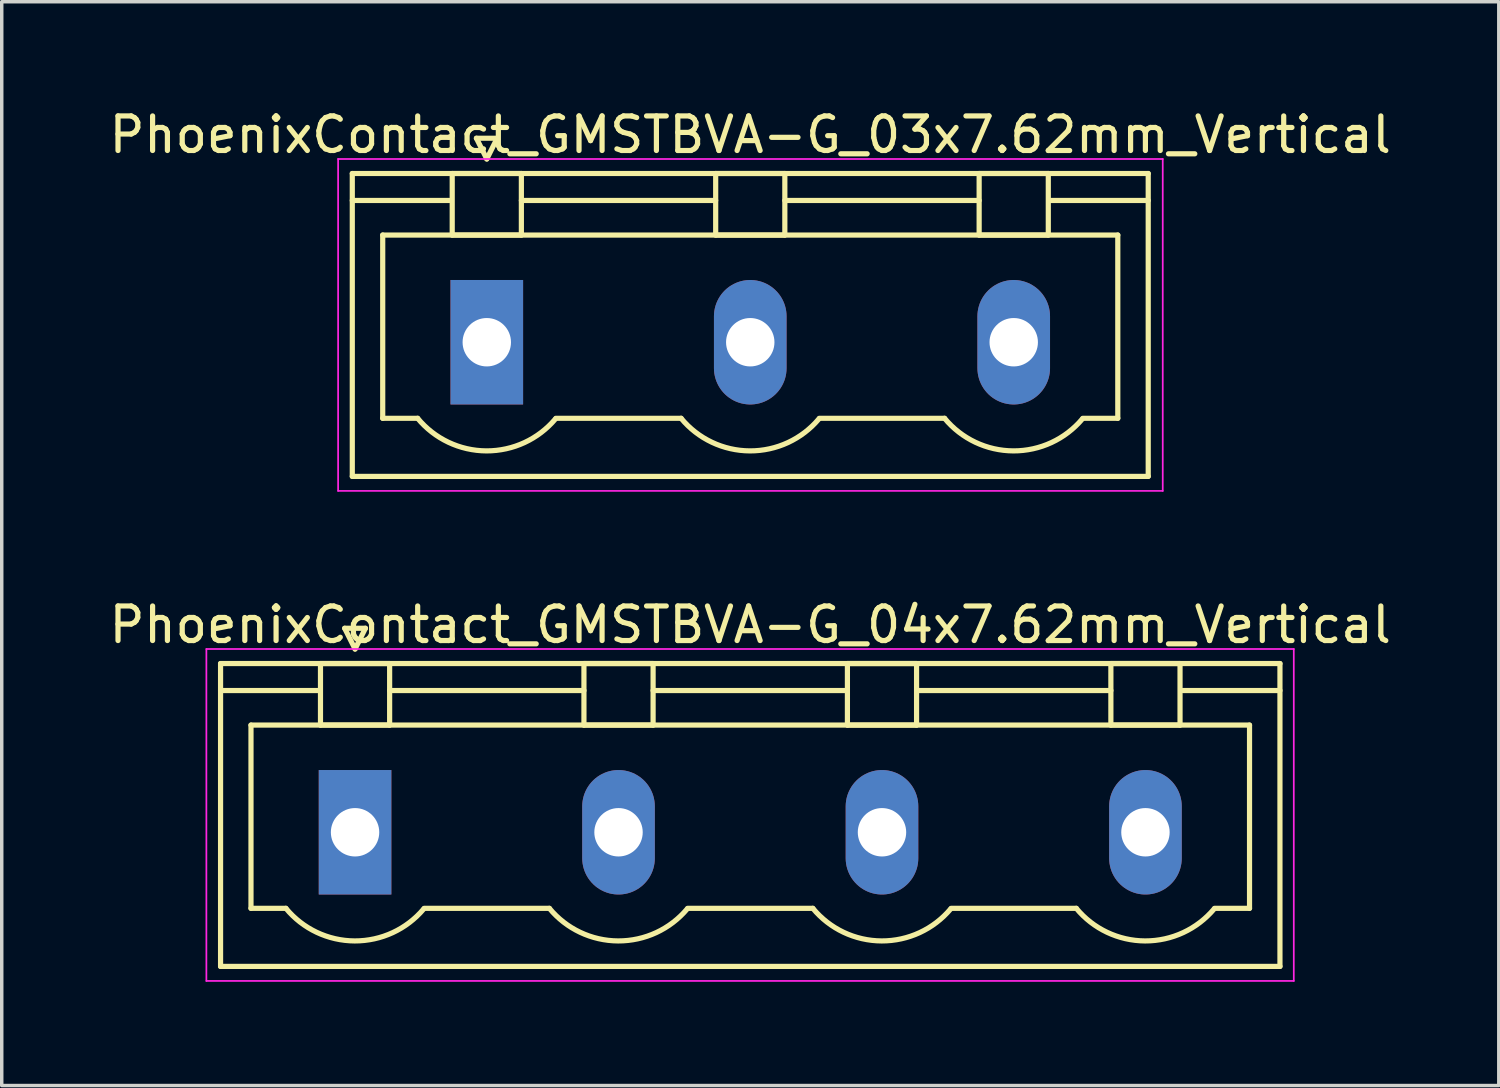
<source format=kicad_pcb>
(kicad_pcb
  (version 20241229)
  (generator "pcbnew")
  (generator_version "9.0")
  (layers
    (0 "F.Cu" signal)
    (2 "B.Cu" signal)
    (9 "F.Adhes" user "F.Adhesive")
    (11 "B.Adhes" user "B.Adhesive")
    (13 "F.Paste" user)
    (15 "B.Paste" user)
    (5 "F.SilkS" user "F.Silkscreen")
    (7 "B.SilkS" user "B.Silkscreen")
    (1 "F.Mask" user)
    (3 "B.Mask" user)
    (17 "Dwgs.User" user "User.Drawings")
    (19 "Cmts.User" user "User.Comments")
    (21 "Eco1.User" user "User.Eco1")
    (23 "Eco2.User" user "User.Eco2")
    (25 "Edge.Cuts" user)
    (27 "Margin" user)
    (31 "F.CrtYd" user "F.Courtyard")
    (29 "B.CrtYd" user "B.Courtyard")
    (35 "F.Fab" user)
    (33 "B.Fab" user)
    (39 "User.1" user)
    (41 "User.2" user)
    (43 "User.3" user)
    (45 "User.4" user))
  (footprint "PhoenixContact_GMSTBVA-G_04x7.62mm_Vertical"
    (layer "F.Cu")
    (at 7.219 21.021)
    (property "Reference" "PhoenixContact_GMSTBVA-G_04x7.62mm_Vertical" (at 11.43 -6 0) (layer "F.SilkS") (effects (font (size 1 1) (thickness 0.15))))
    (attr through_hole)
    (fp_line (start -3.89 -4.88) (end -3.89 3.88) (stroke (width 0.15) (type solid)) (layer "F.SilkS"))
    (fp_line (start -3.89 -4.1) (end -1.08 -4.1) (stroke (width 0.15) (type solid)) (layer "F.SilkS"))
    (fp_line (start -3.89 3.88) (end 26.75 3.88) (stroke (width 0.15) (type solid)) (layer "F.SilkS"))
    (fp_line (start -3.01 -3.1) (end 25.87 -3.1) (stroke (width 0.15) (type solid)) (layer "F.SilkS"))
    (fp_line (start -3.01 2.2) (end -3.01 -3.1) (stroke (width 0.15) (type solid)) (layer "F.SilkS"))
    (fp_line (start -2 2.2) (end -3.01 2.2) (stroke (width 0.15) (type solid)) (layer "F.SilkS"))
    (fp_line (start -1 -4.88) (end 1 -4.88) (stroke (width 0.15) (type solid)) (layer "F.SilkS"))
    (fp_line (start -1 -3.1) (end -1 -4.88) (stroke (width 0.15) (type solid)) (layer "F.SilkS"))
    (fp_line (start -0.3 -5.9) (end 0 -5.3) (stroke (width 0.15) (type solid)) (layer "F.SilkS"))
    (fp_line (start 0 -5.3) (end 0.3 -5.9) (stroke (width 0.15) (type solid)) (layer "F.SilkS"))
    (fp_line (start 0.3 -5.9) (end -0.3 -5.9) (stroke (width 0.15) (type solid)) (layer "F.SilkS"))
    (fp_line (start 1 -4.88) (end 1 -3.1) (stroke (width 0.15) (type solid)) (layer "F.SilkS"))
    (fp_line (start 1 -4.1) (end 6.62 -4.1) (stroke (width 0.15) (type solid)) (layer "F.SilkS"))
    (fp_line (start 1 -3.1) (end -1 -3.1) (stroke (width 0.15) (type solid)) (layer "F.SilkS"))
    (fp_line (start 2 2.2) (end 5.62 2.2) (stroke (width 0.15) (type solid)) (layer "F.SilkS"))
    (fp_line (start 6.62 -4.88) (end 8.62 -4.88) (stroke (width 0.15) (type solid)) (layer "F.SilkS"))
    (fp_line (start 6.62 -3.1) (end 6.62 -4.88) (stroke (width 0.15) (type solid)) (layer "F.SilkS"))
    (fp_line (start 8.62 -4.88) (end 8.62 -3.1) (stroke (width 0.15) (type solid)) (layer "F.SilkS"))
    (fp_line (start 8.62 -4.1) (end 14.24 -4.1) (stroke (width 0.15) (type solid)) (layer "F.SilkS"))
    (fp_line (start 8.62 -3.1) (end 6.62 -3.1) (stroke (width 0.15) (type solid)) (layer "F.SilkS"))
    (fp_line (start 9.62 2.2) (end 13.24 2.2) (stroke (width 0.15) (type solid)) (layer "F.SilkS"))
    (fp_line (start 14.24 -4.88) (end 16.24 -4.88) (stroke (width 0.15) (type solid)) (layer "F.SilkS"))
    (fp_line (start 14.24 -3.1) (end 14.24 -4.88) (stroke (width 0.15) (type solid)) (layer "F.SilkS"))
    (fp_line (start 16.24 -4.88) (end 16.24 -3.1) (stroke (width 0.15) (type solid)) (layer "F.SilkS"))
    (fp_line (start 16.24 -4.1) (end 21.86 -4.1) (stroke (width 0.15) (type solid)) (layer "F.SilkS"))
    (fp_line (start 16.24 -3.1) (end 14.24 -3.1) (stroke (width 0.15) (type solid)) (layer "F.SilkS"))
    (fp_line (start 17.24 2.2) (end 20.86 2.2) (stroke (width 0.15) (type solid)) (layer "F.SilkS"))
    (fp_line (start 21.86 -4.88) (end 23.86 -4.88) (stroke (width 0.15) (type solid)) (layer "F.SilkS"))
    (fp_line (start 21.86 -3.1) (end 21.86 -4.88) (stroke (width 0.15) (type solid)) (layer "F.SilkS"))
    (fp_line (start 23.86 -4.88) (end 23.86 -3.1) (stroke (width 0.15) (type solid)) (layer "F.SilkS"))
    (fp_line (start 23.86 -3.1) (end 21.86 -3.1) (stroke (width 0.15) (type solid)) (layer "F.SilkS"))
    (fp_line (start 25.87 -3.1) (end 25.87 2.2) (stroke (width 0.15) (type solid)) (layer "F.SilkS"))
    (fp_line (start 25.87 2.2) (end 24.86 2.2) (stroke (width 0.15) (type solid)) (layer "F.SilkS"))
    (fp_line (start 26.75 -4.88) (end -3.89 -4.88) (stroke (width 0.15) (type solid)) (layer "F.SilkS"))
    (fp_line (start 26.75 -4.1) (end 23.94 -4.1) (stroke (width 0.15) (type solid)) (layer "F.SilkS"))
    (fp_line (start 26.75 3.88) (end 26.75 -4.88) (stroke (width 0.15) (type solid)) (layer "F.SilkS"))
    (fp_arc (start 1.986842 2.215821) (mid -0.010289 3.142758) (end -2 2.2) (stroke (width 0.15) (type solid)) (layer "F.SilkS"))
    (fp_arc (start 9.606842 2.215821) (mid 7.609711 3.142758) (end 5.62 2.2) (stroke (width 0.15) (type solid)) (layer "F.SilkS"))
    (fp_arc (start 17.226842 2.215821) (mid 15.229711 3.142758) (end 13.24 2.2) (stroke (width 0.15) (type solid)) (layer "F.SilkS"))
    (fp_arc (start 24.846842 2.215821) (mid 22.849711 3.142758) (end 20.86 2.2) (stroke (width 0.15) (type solid)) (layer "F.SilkS"))
    (fp_line (start -4.3 -5.3) (end -4.3 4.3) (stroke (width 0.05) (type solid)) (layer "F.CrtYd"))
    (fp_line (start -4.3 4.3) (end 27.15 4.3) (stroke (width 0.05) (type solid)) (layer "F.CrtYd"))
    (fp_line (start 27.15 -5.3) (end -4.3 -5.3) (stroke (width 0.05) (type solid)) (layer "F.CrtYd"))
    (fp_line (start 27.15 4.3) (end 27.15 -5.3) (stroke (width 0.05) (type solid)) (layer "F.CrtYd"))
    (pad "1" thru_hole rect (at 0 0) (size 2.1 3.6) (drill 1.4) (layers "*.Cu" "*.Mask"))
    (pad "2" thru_hole oval (at 7.62 0) (size 2.1 3.6) (drill 1.4) (layers "*.Cu" "*.Mask"))
    (pad "3" thru_hole oval (at 15.24 0) (size 2.1 3.6) (drill 1.4) (layers "*.Cu" "*.Mask"))
    (pad "4" thru_hole oval (at 22.86 0) (size 2.1 3.6) (drill 1.4) (layers "*.Cu" "*.Mask")))
  (footprint "PhoenixContact_GMSTBVA-G_03x7.62mm_Vertical"
    (layer "F.Cu")
    (at 11.029 6.848)
    (property "Reference" "PhoenixContact_GMSTBVA-G_03x7.62mm_Vertical" (at 7.62 -6 0) (layer "F.SilkS") (effects (font (size 1 1) (thickness 0.15))))
    (attr through_hole)
    (fp_line (start -3.89 -4.88) (end -3.89 3.88) (stroke (width 0.15) (type solid)) (layer "F.SilkS"))
    (fp_line (start -3.89 -4.1) (end -1.08 -4.1) (stroke (width 0.15) (type solid)) (layer "F.SilkS"))
    (fp_line (start -3.89 3.88) (end 19.13 3.88) (stroke (width 0.15) (type solid)) (layer "F.SilkS"))
    (fp_line (start -3.01 -3.1) (end 18.25 -3.1) (stroke (width 0.15) (type solid)) (layer "F.SilkS"))
    (fp_line (start -3.01 2.2) (end -3.01 -3.1) (stroke (width 0.15) (type solid)) (layer "F.SilkS"))
    (fp_line (start -2 2.2) (end -3.01 2.2) (stroke (width 0.15) (type solid)) (layer "F.SilkS"))
    (fp_line (start -1 -4.88) (end 1 -4.88) (stroke (width 0.15) (type solid)) (layer "F.SilkS"))
    (fp_line (start -1 -3.1) (end -1 -4.88) (stroke (width 0.15) (type solid)) (layer "F.SilkS"))
    (fp_line (start -0.3 -5.9) (end 0 -5.3) (stroke (width 0.15) (type solid)) (layer "F.SilkS"))
    (fp_line (start 0 -5.3) (end 0.3 -5.9) (stroke (width 0.15) (type solid)) (layer "F.SilkS"))
    (fp_line (start 0.3 -5.9) (end -0.3 -5.9) (stroke (width 0.15) (type solid)) (layer "F.SilkS"))
    (fp_line (start 1 -4.88) (end 1 -3.1) (stroke (width 0.15) (type solid)) (layer "F.SilkS"))
    (fp_line (start 1 -4.1) (end 6.62 -4.1) (stroke (width 0.15) (type solid)) (layer "F.SilkS"))
    (fp_line (start 1 -3.1) (end -1 -3.1) (stroke (width 0.15) (type solid)) (layer "F.SilkS"))
    (fp_line (start 2 2.2) (end 5.62 2.2) (stroke (width 0.15) (type solid)) (layer "F.SilkS"))
    (fp_line (start 6.62 -4.88) (end 8.62 -4.88) (stroke (width 0.15) (type solid)) (layer "F.SilkS"))
    (fp_line (start 6.62 -3.1) (end 6.62 -4.88) (stroke (width 0.15) (type solid)) (layer "F.SilkS"))
    (fp_line (start 8.62 -4.88) (end 8.62 -3.1) (stroke (width 0.15) (type solid)) (layer "F.SilkS"))
    (fp_line (start 8.62 -4.1) (end 14.24 -4.1) (stroke (width 0.15) (type solid)) (layer "F.SilkS"))
    (fp_line (start 8.62 -3.1) (end 6.62 -3.1) (stroke (width 0.15) (type solid)) (layer "F.SilkS"))
    (fp_line (start 9.62 2.2) (end 13.24 2.2) (stroke (width 0.15) (type solid)) (layer "F.SilkS"))
    (fp_line (start 14.24 -4.88) (end 16.24 -4.88) (stroke (width 0.15) (type solid)) (layer "F.SilkS"))
    (fp_line (start 14.24 -3.1) (end 14.24 -4.88) (stroke (width 0.15) (type solid)) (layer "F.SilkS"))
    (fp_line (start 16.24 -4.88) (end 16.24 -3.1) (stroke (width 0.15) (type solid)) (layer "F.SilkS"))
    (fp_line (start 16.24 -3.1) (end 14.24 -3.1) (stroke (width 0.15) (type solid)) (layer "F.SilkS"))
    (fp_line (start 18.25 -3.1) (end 18.25 2.2) (stroke (width 0.15) (type solid)) (layer "F.SilkS"))
    (fp_line (start 18.25 2.2) (end 17.24 2.2) (stroke (width 0.15) (type solid)) (layer "F.SilkS"))
    (fp_line (start 19.13 -4.88) (end -3.89 -4.88) (stroke (width 0.15) (type solid)) (layer "F.SilkS"))
    (fp_line (start 19.13 -4.1) (end 16.32 -4.1) (stroke (width 0.15) (type solid)) (layer "F.SilkS"))
    (fp_line (start 19.13 3.88) (end 19.13 -4.88) (stroke (width 0.15) (type solid)) (layer "F.SilkS"))
    (fp_arc (start 1.986842 2.215821) (mid -0.010289 3.142758) (end -2 2.2) (stroke (width 0.15) (type solid)) (layer "F.SilkS"))
    (fp_arc (start 9.606842 2.215821) (mid 7.609711 3.142758) (end 5.62 2.2) (stroke (width 0.15) (type solid)) (layer "F.SilkS"))
    (fp_arc (start 17.226842 2.215821) (mid 15.229711 3.142758) (end 13.24 2.2) (stroke (width 0.15) (type solid)) (layer "F.SilkS"))
    (fp_line (start -4.3 -5.3) (end -4.3 4.3) (stroke (width 0.05) (type solid)) (layer "F.CrtYd"))
    (fp_line (start -4.3 4.3) (end 19.55 4.3) (stroke (width 0.05) (type solid)) (layer "F.CrtYd"))
    (fp_line (start 19.55 -5.3) (end -4.3 -5.3) (stroke (width 0.05) (type solid)) (layer "F.CrtYd"))
    (fp_line (start 19.55 4.3) (end 19.55 -5.3) (stroke (width 0.05) (type solid)) (layer "F.CrtYd"))
    (pad "1" thru_hole rect (at 0 0) (size 2.1 3.6) (drill 1.4) (layers "*.Cu" "*.Mask"))
    (pad "2" thru_hole oval (at 7.62 0) (size 2.1 3.6) (drill 1.4) (layers "*.Cu" "*.Mask"))
    (pad "3" thru_hole oval (at 15.24 0) (size 2.1 3.6) (drill 1.4) (layers "*.Cu" "*.Mask")))
  (gr_rect
    (start -3 -3)
    (end 40.298 28.346)
    (stroke (width 0.1) (type default))
    (fill no)
    (layer "Edge.Cuts")))
</source>
